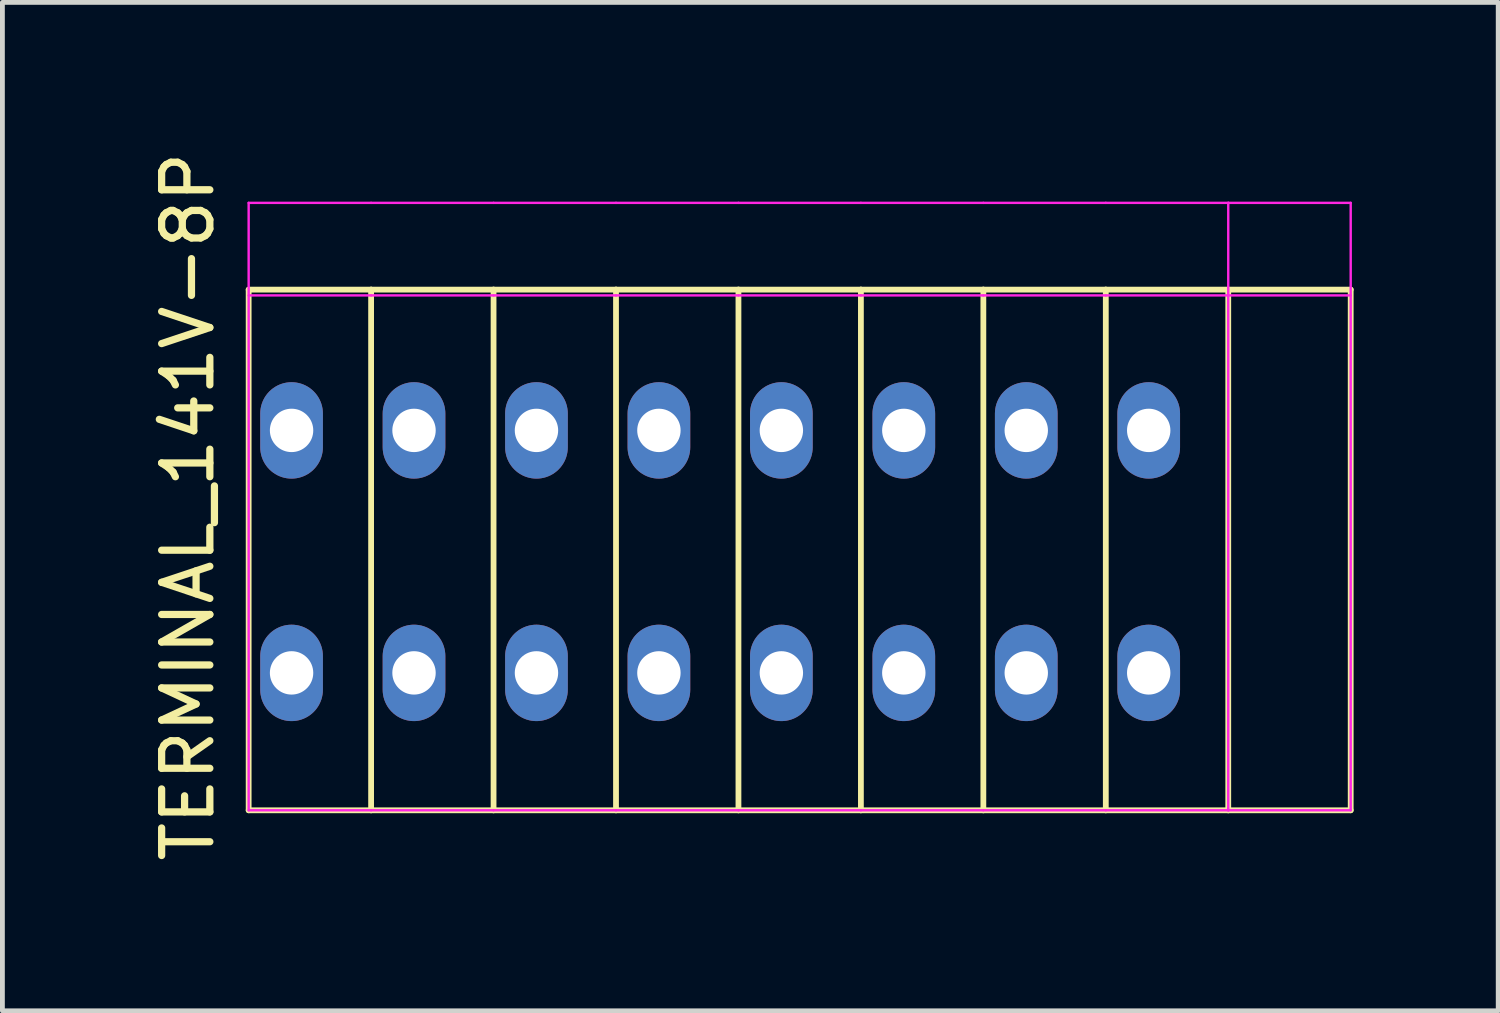
<source format=kicad_pcb>
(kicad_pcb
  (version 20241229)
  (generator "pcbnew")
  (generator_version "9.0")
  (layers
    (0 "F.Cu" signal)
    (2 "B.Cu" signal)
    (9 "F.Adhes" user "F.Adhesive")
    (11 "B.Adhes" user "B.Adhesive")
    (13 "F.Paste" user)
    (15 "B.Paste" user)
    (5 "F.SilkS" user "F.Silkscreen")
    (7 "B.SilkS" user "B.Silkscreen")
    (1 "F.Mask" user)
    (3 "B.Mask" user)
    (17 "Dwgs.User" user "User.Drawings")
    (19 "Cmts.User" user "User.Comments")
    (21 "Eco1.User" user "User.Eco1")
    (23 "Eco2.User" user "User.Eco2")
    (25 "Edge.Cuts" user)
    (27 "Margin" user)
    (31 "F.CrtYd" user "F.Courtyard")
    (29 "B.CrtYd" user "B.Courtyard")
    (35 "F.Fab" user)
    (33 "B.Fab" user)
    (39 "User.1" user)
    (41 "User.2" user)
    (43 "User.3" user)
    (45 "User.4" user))
  (footprint "TERMINAL_141V-8P"
    (layer "F.Cu")
    (at 2.998 10.958)
    (property "Reference" "TERMINAL_141V-8P" (at -2.15 -3.5 90) (layer "F.SilkS") (effects (font (size 1 1) (thickness 0.15))))
    (attr through_hole)
    (fp_line (start -0.89 -8) (end 1.65 -8) (stroke (width 0.12) (type solid)) (layer "F.SilkS"))
    (fp_line (start -0.89 2.8) (end -0.89 -8) (stroke (width 0.12) (type solid)) (layer "F.SilkS"))
    (fp_line (start -0.89 2.8) (end 1.65 2.8) (stroke (width 0.12) (type solid)) (layer "F.SilkS"))
    (fp_line (start 1.65 -8) (end 4.19 -8) (stroke (width 0.12) (type solid)) (layer "F.SilkS"))
    (fp_line (start 1.65 2.8) (end 1.65 -8) (stroke (width 0.12) (type solid)) (layer "F.SilkS"))
    (fp_line (start 1.65 2.8) (end 4.19 2.8) (stroke (width 0.12) (type solid)) (layer "F.SilkS"))
    (fp_line (start 4.19 -8) (end 6.73 -8) (stroke (width 0.12) (type solid)) (layer "F.SilkS"))
    (fp_line (start 4.19 2.8) (end 4.19 -8) (stroke (width 0.12) (type solid)) (layer "F.SilkS"))
    (fp_line (start 4.19 2.8) (end 6.73 2.8) (stroke (width 0.12) (type solid)) (layer "F.SilkS"))
    (fp_line (start 6.73 -8) (end 9.27 -8) (stroke (width 0.12) (type solid)) (layer "F.SilkS"))
    (fp_line (start 6.73 2.8) (end 6.73 -8) (stroke (width 0.12) (type solid)) (layer "F.SilkS"))
    (fp_line (start 6.73 2.8) (end 9.27 2.8) (stroke (width 0.12) (type solid)) (layer "F.SilkS"))
    (fp_line (start 9.27 -8) (end 11.81 -8) (stroke (width 0.12) (type solid)) (layer "F.SilkS"))
    (fp_line (start 9.27 2.8) (end 9.27 -8) (stroke (width 0.12) (type solid)) (layer "F.SilkS"))
    (fp_line (start 9.27 2.8) (end 11.81 2.8) (stroke (width 0.12) (type solid)) (layer "F.SilkS"))
    (fp_line (start 11.81 -8) (end 14.35 -8) (stroke (width 0.12) (type solid)) (layer "F.SilkS"))
    (fp_line (start 11.81 2.8) (end 11.81 -8) (stroke (width 0.12) (type solid)) (layer "F.SilkS"))
    (fp_line (start 11.81 2.8) (end 14.35 2.8) (stroke (width 0.12) (type solid)) (layer "F.SilkS"))
    (fp_line (start 14.35 -8) (end 16.89 -8) (stroke (width 0.12) (type solid)) (layer "F.SilkS"))
    (fp_line (start 14.35 2.8) (end 14.35 -8) (stroke (width 0.12) (type solid)) (layer "F.SilkS"))
    (fp_line (start 14.35 2.8) (end 16.89 2.8) (stroke (width 0.12) (type solid)) (layer "F.SilkS"))
    (fp_line (start 16.89 -8) (end 19.43 -8) (stroke (width 0.12) (type solid)) (layer "F.SilkS"))
    (fp_line (start 16.89 2.8) (end 16.89 -8) (stroke (width 0.12) (type solid)) (layer "F.SilkS"))
    (fp_line (start 16.89 2.8) (end 19.43 2.8) (stroke (width 0.12) (type solid)) (layer "F.SilkS"))
    (fp_line (start 19.43 -8) (end 21.97 -8) (stroke (width 0.12) (type solid)) (layer "F.SilkS"))
    (fp_line (start 19.43 2.8) (end 19.43 -8) (stroke (width 0.12) (type solid)) (layer "F.SilkS"))
    (fp_line (start 19.43 2.8) (end 21.97 2.8) (stroke (width 0.12) (type solid)) (layer "F.SilkS"))
    (fp_line (start 21.97 2.8) (end 21.97 -8) (stroke (width 0.12) (type solid)) (layer "F.SilkS"))
    (fp_line (start -0.89 -9.8) (end 1.65 -9.8) (stroke (width 0.05) (type solid)) (layer "F.CrtYd"))
    (fp_line (start -0.89 -7.88) (end 1.65 -7.88) (stroke (width 0.05) (type solid)) (layer "F.CrtYd"))
    (fp_line (start -0.89 2.8) (end -0.89 -9.8) (stroke (width 0.05) (type solid)) (layer "F.CrtYd"))
    (fp_line (start -0.89 2.8) (end 1.65 2.8) (stroke (width 0.05) (type solid)) (layer "F.CrtYd"))
    (fp_line (start 1.65 -9.8) (end 4.19 -9.8) (stroke (width 0.05) (type solid)) (layer "F.CrtYd"))
    (fp_line (start 1.65 -7.88) (end 4.19 -7.88) (stroke (width 0.05) (type solid)) (layer "F.CrtYd"))
    (fp_line (start 1.65 2.8) (end 4.19 2.8) (stroke (width 0.05) (type solid)) (layer "F.CrtYd"))
    (fp_line (start 4.19 -9.8) (end 6.73 -9.8) (stroke (width 0.05) (type solid)) (layer "F.CrtYd"))
    (fp_line (start 4.19 -7.88) (end 6.73 -7.88) (stroke (width 0.05) (type solid)) (layer "F.CrtYd"))
    (fp_line (start 4.19 2.8) (end 6.73 2.8) (stroke (width 0.05) (type solid)) (layer "F.CrtYd"))
    (fp_line (start 6.73 -9.8) (end 9.27 -9.8) (stroke (width 0.05) (type solid)) (layer "F.CrtYd"))
    (fp_line (start 6.73 -7.88) (end 9.27 -7.88) (stroke (width 0.05) (type solid)) (layer "F.CrtYd"))
    (fp_line (start 6.73 2.8) (end 9.27 2.8) (stroke (width 0.05) (type solid)) (layer "F.CrtYd"))
    (fp_line (start 9.27 -9.8) (end 11.81 -9.8) (stroke (width 0.05) (type solid)) (layer "F.CrtYd"))
    (fp_line (start 9.27 -7.88) (end 11.81 -7.88) (stroke (width 0.05) (type solid)) (layer "F.CrtYd"))
    (fp_line (start 9.27 2.8) (end 11.81 2.8) (stroke (width 0.05) (type solid)) (layer "F.CrtYd"))
    (fp_line (start 11.81 -9.8) (end 14.35 -9.8) (stroke (width 0.05) (type solid)) (layer "F.CrtYd"))
    (fp_line (start 11.81 -7.88) (end 14.35 -7.88) (stroke (width 0.05) (type solid)) (layer "F.CrtYd"))
    (fp_line (start 11.81 2.8) (end 14.35 2.8) (stroke (width 0.05) (type solid)) (layer "F.CrtYd"))
    (fp_line (start 14.35 -9.8) (end 16.89 -9.8) (stroke (width 0.05) (type solid)) (layer "F.CrtYd"))
    (fp_line (start 14.35 -7.88) (end 16.89 -7.88) (stroke (width 0.05) (type solid)) (layer "F.CrtYd"))
    (fp_line (start 14.35 2.8) (end 16.89 2.8) (stroke (width 0.05) (type solid)) (layer "F.CrtYd"))
    (fp_line (start 16.89 -9.8) (end 19.43 -9.8) (stroke (width 0.05) (type solid)) (layer "F.CrtYd"))
    (fp_line (start 16.89 -7.88) (end 19.43 -7.88) (stroke (width 0.05) (type solid)) (layer "F.CrtYd"))
    (fp_line (start 16.89 2.8) (end 19.43 2.8) (stroke (width 0.05) (type solid)) (layer "F.CrtYd"))
    (fp_line (start 19.43 -9.8) (end 21.97 -9.8) (stroke (width 0.05) (type solid)) (layer "F.CrtYd"))
    (fp_line (start 19.43 -7.88) (end 21.97 -7.88) (stroke (width 0.05) (type solid)) (layer "F.CrtYd"))
    (fp_line (start 19.43 2.8) (end 19.43 -9.8) (stroke (width 0.05) (type solid)) (layer "F.CrtYd"))
    (fp_line (start 19.43 2.8) (end 21.97 2.8) (stroke (width 0.05) (type solid)) (layer "F.CrtYd"))
    (fp_line (start 21.97 2.8) (end 21.97 -9.8) (stroke (width 0.05) (type solid)) (layer "F.CrtYd"))
    (pad "1A" thru_hole oval (at 0 -0.05) (size 1.3 2) (drill 0.9) (layers "*.Cu" "*.Mask"))
    (pad "1B" thru_hole oval (at 0 -5.08) (size 1.3 2) (drill 0.9) (layers "*.Cu" "*.Mask"))
    (pad "2A" thru_hole oval (at 2.54 -0.05) (size 1.3 2) (drill 0.9) (layers "*.Cu" "*.Mask"))
    (pad "2B" thru_hole oval (at 2.54 -5.08) (size 1.3 2) (drill 0.9) (layers "*.Cu" "*.Mask"))
    (pad "3A" thru_hole oval (at 5.08 -0.05) (size 1.3 2) (drill 0.9) (layers "*.Cu" "*.Mask"))
    (pad "3B" thru_hole oval (at 5.08 -5.08) (size 1.3 2) (drill 0.9) (layers "*.Cu" "*.Mask"))
    (pad "4A" thru_hole oval (at 7.62 -0.05) (size 1.3 2) (drill 0.9) (layers "*.Cu" "*.Mask"))
    (pad "4B" thru_hole oval (at 7.62 -5.08) (size 1.3 2) (drill 0.9) (layers "*.Cu" "*.Mask"))
    (pad "5A" thru_hole oval (at 10.16 -0.05) (size 1.3 2) (drill 0.9) (layers "*.Cu" "*.Mask"))
    (pad "5B" thru_hole oval (at 10.16 -5.08) (size 1.3 2) (drill 0.9) (layers "*.Cu" "*.Mask"))
    (pad "6A" thru_hole oval (at 12.7 -0.05) (size 1.3 2) (drill 0.9) (layers "*.Cu" "*.Mask"))
    (pad "6B" thru_hole oval (at 12.7 -5.08) (size 1.3 2) (drill 0.9) (layers "*.Cu" "*.Mask"))
    (pad "7A" thru_hole oval (at 15.24 -0.05) (size 1.3 2) (drill 0.9) (layers "*.Cu" "*.Mask"))
    (pad "7B" thru_hole oval (at 15.24 -5.08) (size 1.3 2) (drill 0.9) (layers "*.Cu" "*.Mask"))
    (pad "8A" thru_hole oval (at 17.78 -0.05) (size 1.3 2) (drill 0.9) (layers "*.Cu" "*.Mask"))
    (pad "8B" thru_hole oval (at 17.78 -5.08) (size 1.3 2) (drill 0.9) (layers "*.Cu" "*.Mask")))
  (gr_rect
    (start -3 -3)
    (end 28.028 17.917)
    (stroke (width 0.1) (type default))
    (fill no)
    (layer "Edge.Cuts")))
</source>
